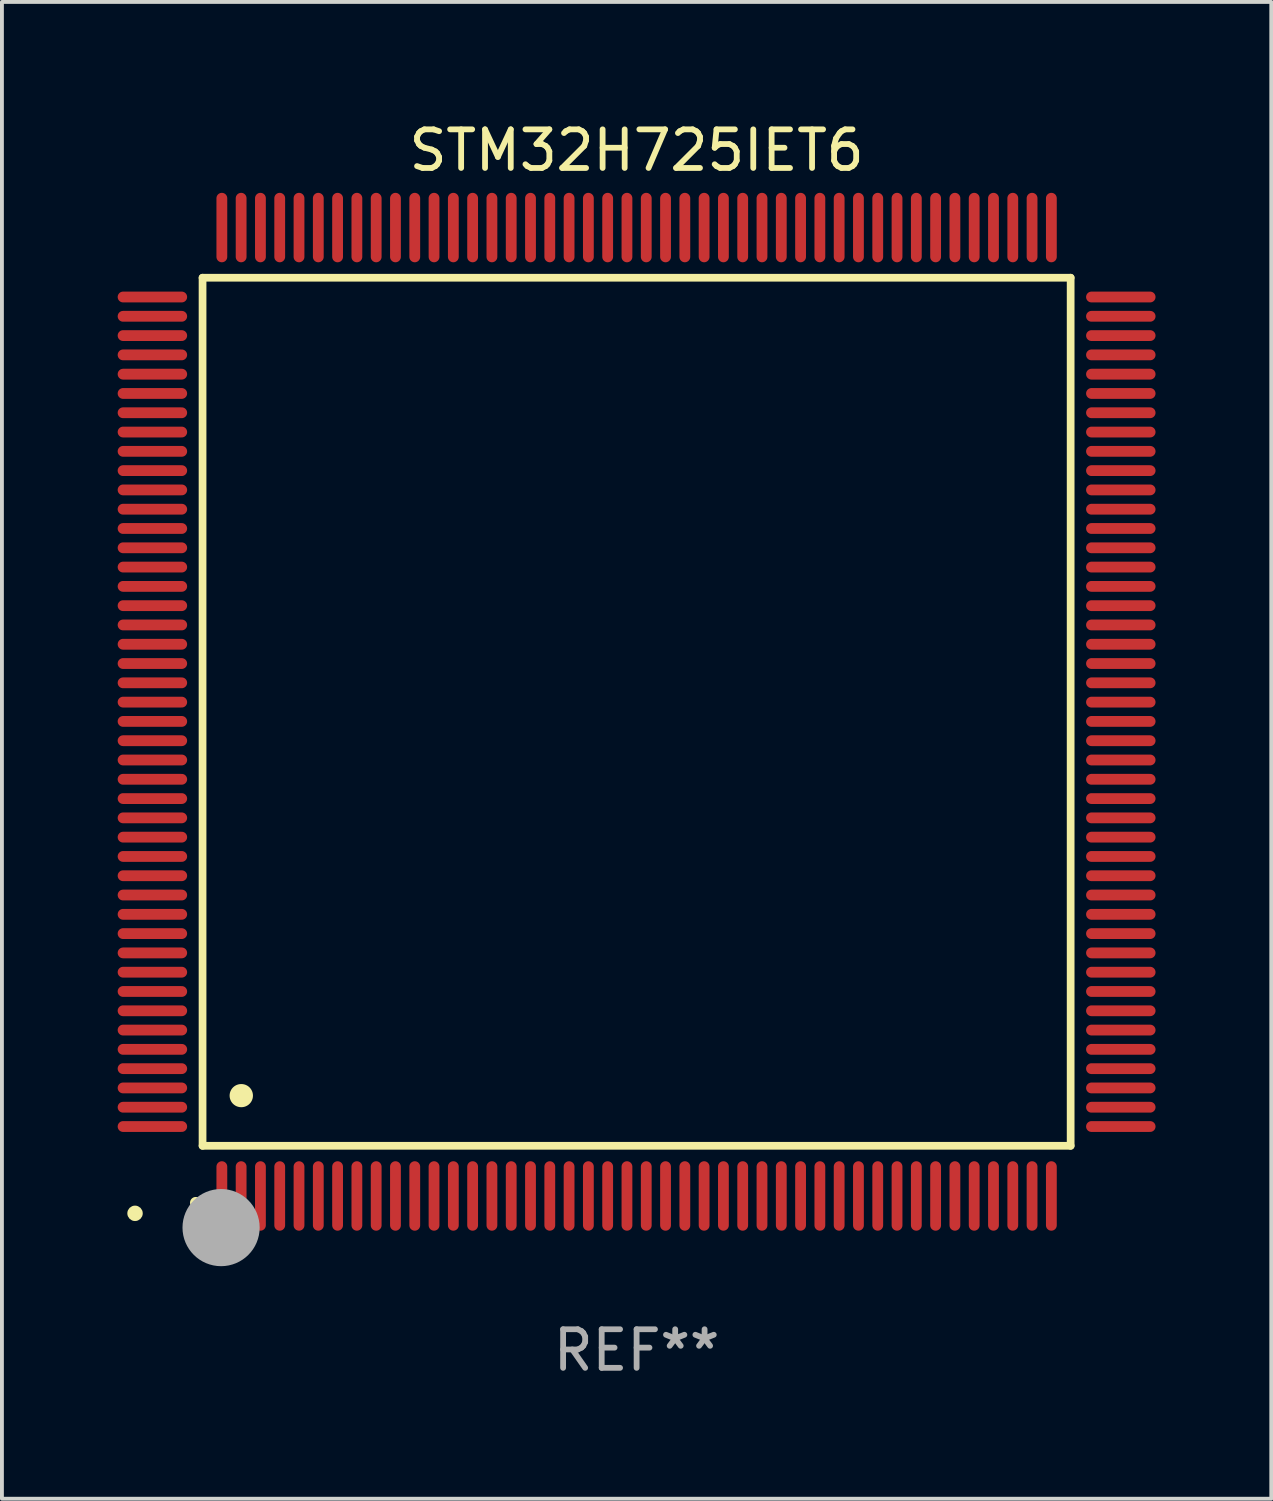
<source format=kicad_pcb>
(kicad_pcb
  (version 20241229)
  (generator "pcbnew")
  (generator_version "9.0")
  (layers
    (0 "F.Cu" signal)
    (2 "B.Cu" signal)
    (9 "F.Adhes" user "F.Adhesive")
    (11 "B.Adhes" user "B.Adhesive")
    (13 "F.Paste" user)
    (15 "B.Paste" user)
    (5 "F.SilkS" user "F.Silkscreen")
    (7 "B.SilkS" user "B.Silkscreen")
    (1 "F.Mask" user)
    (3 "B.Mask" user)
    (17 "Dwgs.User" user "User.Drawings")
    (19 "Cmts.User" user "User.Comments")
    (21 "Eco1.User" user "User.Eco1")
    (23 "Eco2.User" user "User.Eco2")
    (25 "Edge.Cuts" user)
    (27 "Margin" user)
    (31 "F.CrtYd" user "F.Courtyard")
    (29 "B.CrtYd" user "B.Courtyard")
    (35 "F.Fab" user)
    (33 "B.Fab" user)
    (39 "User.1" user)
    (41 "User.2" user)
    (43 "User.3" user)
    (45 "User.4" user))
  (footprint "STM32H725IET6"
    (layer "F.Cu")
    (at 13.45 15.398)
    (property "Reference" "STM32H725IET6" (at 0 -14.55 0) (layer "F.SilkS") (effects (font (size 1 1) (thickness 0.15))))
    (attr through_hole)
    (fp_line (start -11.25 -11.25) (end 11.25 -11.25) (stroke (width 0.2) (type solid)) (layer "F.SilkS"))
    (fp_line (start -11.25 11.25) (end -11.25 -11.25) (stroke (width 0.2) (type solid)) (layer "F.SilkS"))
    (fp_line (start 11.25 -11.25) (end 11.25 11.25) (stroke (width 0.2) (type solid)) (layer "F.SilkS"))
    (fp_line (start 11.25 11.25) (end -11.25 11.25) (stroke (width 0.2) (type solid)) (layer "F.SilkS"))
    (fp_arc (start -11.424943 12.725425) (mid -11.423673 12.72542) (end -11.422403 12.725425) (stroke (width 0.3) (type solid)) (layer "F.SilkS"))
    (fp_arc (start -10.24892 9.9492) (mid -10.24638 9.949189) (end -10.24384 9.9492) (stroke (width 0.6) (type solid)) (layer "F.SilkS"))
    (fp_circle (center -13 13) (end -12.9 13) (stroke (width 0.2) (type solid)) (fill no) (layer "F.SilkS"))
    (fp_circle (center -10.77 13.37) (end -10.27 13.37) (stroke (width 1) (type solid)) (fill no) (layer "F.Fab"))
    (fp_text user "REF**" (at 0 16.55 0) (layer "F.Fab") (effects (font (size 1 1) (thickness 0.15))))
    (pad "1" smd oval (at -10.75 12.55) (size 0.28 1.8) (layers "F.Cu" "F.Mask" "F.Paste"))
    (pad "2" smd oval (at -10.25 12.55) (size 0.28 1.8) (layers "F.Cu" "F.Mask" "F.Paste"))
    (pad "3" smd oval (at -9.75 12.55) (size 0.28 1.8) (layers "F.Cu" "F.Mask" "F.Paste"))
    (pad "4" smd oval (at -9.25 12.55) (size 0.28 1.8) (layers "F.Cu" "F.Mask" "F.Paste"))
    (pad "5" smd oval (at -8.75 12.55) (size 0.28 1.8) (layers "F.Cu" "F.Mask" "F.Paste"))
    (pad "6" smd oval (at -8.25 12.55) (size 0.28 1.8) (layers "F.Cu" "F.Mask" "F.Paste"))
    (pad "7" smd oval (at -7.75 12.55) (size 0.28 1.8) (layers "F.Cu" "F.Mask" "F.Paste"))
    (pad "8" smd oval (at -7.25 12.55) (size 0.28 1.8) (layers "F.Cu" "F.Mask" "F.Paste"))
    (pad "9" smd oval (at -6.75 12.55) (size 0.28 1.8) (layers "F.Cu" "F.Mask" "F.Paste"))
    (pad "10" smd oval (at -6.25 12.55) (size 0.28 1.8) (layers "F.Cu" "F.Mask" "F.Paste"))
    (pad "11" smd oval (at -5.75 12.55) (size 0.28 1.8) (layers "F.Cu" "F.Mask" "F.Paste"))
    (pad "12" smd oval (at -5.25 12.55) (size 0.28 1.8) (layers "F.Cu" "F.Mask" "F.Paste"))
    (pad "13" smd oval (at -4.75 12.55) (size 0.28 1.8) (layers "F.Cu" "F.Mask" "F.Paste"))
    (pad "14" smd oval (at -4.25 12.55) (size 0.28 1.8) (layers "F.Cu" "F.Mask" "F.Paste"))
    (pad "15" smd oval (at -3.75 12.55) (size 0.28 1.8) (layers "F.Cu" "F.Mask" "F.Paste"))
    (pad "16" smd oval (at -3.25 12.55) (size 0.28 1.8) (layers "F.Cu" "F.Mask" "F.Paste"))
    (pad "17" smd oval (at -2.75 12.55) (size 0.28 1.8) (layers "F.Cu" "F.Mask" "F.Paste"))
    (pad "18" smd oval (at -2.25 12.55) (size 0.28 1.8) (layers "F.Cu" "F.Mask" "F.Paste"))
    (pad "19" smd oval (at -1.75 12.55) (size 0.28 1.8) (layers "F.Cu" "F.Mask" "F.Paste"))
    (pad "20" smd oval (at -1.25 12.55) (size 0.28 1.8) (layers "F.Cu" "F.Mask" "F.Paste"))
    (pad "21" smd oval (at -0.75 12.55) (size 0.28 1.8) (layers "F.Cu" "F.Mask" "F.Paste"))
    (pad "22" smd oval (at -0.25 12.55) (size 0.28 1.8) (layers "F.Cu" "F.Mask" "F.Paste"))
    (pad "23" smd oval (at 0.25 12.55) (size 0.28 1.8) (layers "F.Cu" "F.Mask" "F.Paste"))
    (pad "24" smd oval (at 0.75 12.55) (size 0.28 1.8) (layers "F.Cu" "F.Mask" "F.Paste"))
    (pad "25" smd oval (at 1.25 12.55) (size 0.28 1.8) (layers "F.Cu" "F.Mask" "F.Paste"))
    (pad "26" smd oval (at 1.75 12.55) (size 0.28 1.8) (layers "F.Cu" "F.Mask" "F.Paste"))
    (pad "27" smd oval (at 2.25 12.55) (size 0.28 1.8) (layers "F.Cu" "F.Mask" "F.Paste"))
    (pad "28" smd oval (at 2.75 12.55) (size 0.28 1.8) (layers "F.Cu" "F.Mask" "F.Paste"))
    (pad "29" smd oval (at 3.25 12.55) (size 0.28 1.8) (layers "F.Cu" "F.Mask" "F.Paste"))
    (pad "30" smd oval (at 3.75 12.55) (size 0.28 1.8) (layers "F.Cu" "F.Mask" "F.Paste"))
    (pad "31" smd oval (at 4.25 12.55) (size 0.28 1.8) (layers "F.Cu" "F.Mask" "F.Paste"))
    (pad "32" smd oval (at 4.75 12.55) (size 0.28 1.8) (layers "F.Cu" "F.Mask" "F.Paste"))
    (pad "33" smd oval (at 5.25 12.55) (size 0.28 1.8) (layers "F.Cu" "F.Mask" "F.Paste"))
    (pad "34" smd oval (at 5.75 12.55) (size 0.28 1.8) (layers "F.Cu" "F.Mask" "F.Paste"))
    (pad "35" smd oval (at 6.25 12.55) (size 0.28 1.8) (layers "F.Cu" "F.Mask" "F.Paste"))
    (pad "36" smd oval (at 6.75 12.55) (size 0.28 1.8) (layers "F.Cu" "F.Mask" "F.Paste"))
    (pad "37" smd oval (at 7.25 12.55) (size 0.28 1.8) (layers "F.Cu" "F.Mask" "F.Paste"))
    (pad "38" smd oval (at 7.75 12.55) (size 0.28 1.8) (layers "F.Cu" "F.Mask" "F.Paste"))
    (pad "39" smd oval (at 8.25 12.55) (size 0.28 1.8) (layers "F.Cu" "F.Mask" "F.Paste"))
    (pad "40" smd oval (at 8.75 12.55) (size 0.28 1.8) (layers "F.Cu" "F.Mask" "F.Paste"))
    (pad "41" smd oval (at 9.25 12.55) (size 0.28 1.8) (layers "F.Cu" "F.Mask" "F.Paste"))
    (pad "42" smd oval (at 9.75 12.55) (size 0.28 1.8) (layers "F.Cu" "F.Mask" "F.Paste"))
    (pad "43" smd oval (at 10.25 12.55) (size 0.28 1.8) (layers "F.Cu" "F.Mask" "F.Paste"))
    (pad "44" smd oval (at 10.75 12.55) (size 0.28 1.8) (layers "F.Cu" "F.Mask" "F.Paste"))
    (pad "45" smd oval (at 12.55 10.75) (size 1.8 0.28) (layers "F.Cu" "F.Mask" "F.Paste"))
    (pad "46" smd oval (at 12.55 10.25) (size 1.8 0.28) (layers "F.Cu" "F.Mask" "F.Paste"))
    (pad "47" smd oval (at 12.55 9.75) (size 1.8 0.28) (layers "F.Cu" "F.Mask" "F.Paste"))
    (pad "48" smd oval (at 12.55 9.25) (size 1.8 0.28) (layers "F.Cu" "F.Mask" "F.Paste"))
    (pad "49" smd oval (at 12.55 8.75) (size 1.8 0.28) (layers "F.Cu" "F.Mask" "F.Paste"))
    (pad "50" smd oval (at 12.55 8.25) (size 1.8 0.28) (layers "F.Cu" "F.Mask" "F.Paste"))
    (pad "51" smd oval (at 12.55 7.75) (size 1.8 0.28) (layers "F.Cu" "F.Mask" "F.Paste"))
    (pad "52" smd oval (at 12.55 7.25) (size 1.8 0.28) (layers "F.Cu" "F.Mask" "F.Paste"))
    (pad "53" smd oval (at 12.55 6.75) (size 1.8 0.28) (layers "F.Cu" "F.Mask" "F.Paste"))
    (pad "54" smd oval (at 12.55 6.25) (size 1.8 0.28) (layers "F.Cu" "F.Mask" "F.Paste"))
    (pad "55" smd oval (at 12.55 5.75) (size 1.8 0.28) (layers "F.Cu" "F.Mask" "F.Paste"))
    (pad "56" smd oval (at 12.55 5.25) (size 1.8 0.28) (layers "F.Cu" "F.Mask" "F.Paste"))
    (pad "57" smd oval (at 12.55 4.75) (size 1.8 0.28) (layers "F.Cu" "F.Mask" "F.Paste"))
    (pad "58" smd oval (at 12.55 4.25) (size 1.8 0.28) (layers "F.Cu" "F.Mask" "F.Paste"))
    (pad "59" smd oval (at 12.55 3.75) (size 1.8 0.28) (layers "F.Cu" "F.Mask" "F.Paste"))
    (pad "60" smd oval (at 12.55 3.25) (size 1.8 0.28) (layers "F.Cu" "F.Mask" "F.Paste"))
    (pad "61" smd oval (at 12.55 2.75) (size 1.8 0.28) (layers "F.Cu" "F.Mask" "F.Paste"))
    (pad "62" smd oval (at 12.55 2.25) (size 1.8 0.28) (layers "F.Cu" "F.Mask" "F.Paste"))
    (pad "63" smd oval (at 12.55 1.75) (size 1.8 0.28) (layers "F.Cu" "F.Mask" "F.Paste"))
    (pad "64" smd oval (at 12.55 1.25) (size 1.8 0.28) (layers "F.Cu" "F.Mask" "F.Paste"))
    (pad "65" smd oval (at 12.55 0.75) (size 1.8 0.28) (layers "F.Cu" "F.Mask" "F.Paste"))
    (pad "66" smd oval (at 12.55 0.25) (size 1.8 0.28) (layers "F.Cu" "F.Mask" "F.Paste"))
    (pad "67" smd oval (at 12.55 -0.25) (size 1.8 0.28) (layers "F.Cu" "F.Mask" "F.Paste"))
    (pad "68" smd oval (at 12.55 -0.75) (size 1.8 0.28) (layers "F.Cu" "F.Mask" "F.Paste"))
    (pad "69" smd oval (at 12.55 -1.25) (size 1.8 0.28) (layers "F.Cu" "F.Mask" "F.Paste"))
    (pad "70" smd oval (at 12.55 -1.75) (size 1.8 0.28) (layers "F.Cu" "F.Mask" "F.Paste"))
    (pad "71" smd oval (at 12.55 -2.25) (size 1.8 0.28) (layers "F.Cu" "F.Mask" "F.Paste"))
    (pad "72" smd oval (at 12.55 -2.75) (size 1.8 0.28) (layers "F.Cu" "F.Mask" "F.Paste"))
    (pad "73" smd oval (at 12.55 -3.25) (size 1.8 0.28) (layers "F.Cu" "F.Mask" "F.Paste"))
    (pad "74" smd oval (at 12.55 -3.75) (size 1.8 0.28) (layers "F.Cu" "F.Mask" "F.Paste"))
    (pad "75" smd oval (at 12.55 -4.25) (size 1.8 0.28) (layers "F.Cu" "F.Mask" "F.Paste"))
    (pad "76" smd oval (at 12.55 -4.75) (size 1.8 0.28) (layers "F.Cu" "F.Mask" "F.Paste"))
    (pad "77" smd oval (at 12.55 -5.25) (size 1.8 0.28) (layers "F.Cu" "F.Mask" "F.Paste"))
    (pad "78" smd oval (at 12.55 -5.75) (size 1.8 0.28) (layers "F.Cu" "F.Mask" "F.Paste"))
    (pad "79" smd oval (at 12.55 -6.25) (size 1.8 0.28) (layers "F.Cu" "F.Mask" "F.Paste"))
    (pad "80" smd oval (at 12.55 -6.75) (size 1.8 0.28) (layers "F.Cu" "F.Mask" "F.Paste"))
    (pad "81" smd oval (at 12.55 -7.25) (size 1.8 0.28) (layers "F.Cu" "F.Mask" "F.Paste"))
    (pad "82" smd oval (at 12.55 -7.75) (size 1.8 0.28) (layers "F.Cu" "F.Mask" "F.Paste"))
    (pad "83" smd oval (at 12.55 -8.25) (size 1.8 0.28) (layers "F.Cu" "F.Mask" "F.Paste"))
    (pad "84" smd oval (at 12.55 -8.75) (size 1.8 0.28) (layers "F.Cu" "F.Mask" "F.Paste"))
    (pad "85" smd oval (at 12.55 -9.25) (size 1.8 0.28) (layers "F.Cu" "F.Mask" "F.Paste"))
    (pad "86" smd oval (at 12.55 -9.75) (size 1.8 0.28) (layers "F.Cu" "F.Mask" "F.Paste"))
    (pad "87" smd oval (at 12.55 -10.25) (size 1.8 0.28) (layers "F.Cu" "F.Mask" "F.Paste"))
    (pad "88" smd oval (at 12.55 -10.75) (size 1.8 0.28) (layers "F.Cu" "F.Mask" "F.Paste"))
    (pad "89" smd oval (at 10.75 -12.55) (size 0.28 1.8) (layers "F.Cu" "F.Mask" "F.Paste"))
    (pad "90" smd oval (at 10.25 -12.55) (size 0.28 1.8) (layers "F.Cu" "F.Mask" "F.Paste"))
    (pad "91" smd oval (at 9.75 -12.55) (size 0.28 1.8) (layers "F.Cu" "F.Mask" "F.Paste"))
    (pad "92" smd oval (at 9.25 -12.55) (size 0.28 1.8) (layers "F.Cu" "F.Mask" "F.Paste"))
    (pad "93" smd oval (at 8.75 -12.55) (size 0.28 1.8) (layers "F.Cu" "F.Mask" "F.Paste"))
    (pad "94" smd oval (at 8.25 -12.55) (size 0.28 1.8) (layers "F.Cu" "F.Mask" "F.Paste"))
    (pad "95" smd oval (at 7.75 -12.55) (size 0.28 1.8) (layers "F.Cu" "F.Mask" "F.Paste"))
    (pad "96" smd oval (at 7.25 -12.55) (size 0.28 1.8) (layers "F.Cu" "F.Mask" "F.Paste"))
    (pad "97" smd oval (at 6.75 -12.55) (size 0.28 1.8) (layers "F.Cu" "F.Mask" "F.Paste"))
    (pad "98" smd oval (at 6.25 -12.55) (size 0.28 1.8) (layers "F.Cu" "F.Mask" "F.Paste"))
    (pad "99" smd oval (at 5.75 -12.55) (size 0.28 1.8) (layers "F.Cu" "F.Mask" "F.Paste"))
    (pad "100" smd oval (at 5.25 -12.55) (size 0.28 1.8) (layers "F.Cu" "F.Mask" "F.Paste"))
    (pad "101" smd oval (at 4.75 -12.55) (size 0.28 1.8) (layers "F.Cu" "F.Mask" "F.Paste"))
    (pad "102" smd oval (at 4.25 -12.55) (size 0.28 1.8) (layers "F.Cu" "F.Mask" "F.Paste"))
    (pad "103" smd oval (at 3.75 -12.55) (size 0.28 1.8) (layers "F.Cu" "F.Mask" "F.Paste"))
    (pad "104" smd oval (at 3.25 -12.55) (size 0.28 1.8) (layers "F.Cu" "F.Mask" "F.Paste"))
    (pad "105" smd oval (at 2.75 -12.55) (size 0.28 1.8) (layers "F.Cu" "F.Mask" "F.Paste"))
    (pad "106" smd oval (at 2.25 -12.55) (size 0.28 1.8) (layers "F.Cu" "F.Mask" "F.Paste"))
    (pad "107" smd oval (at 1.75 -12.55) (size 0.28 1.8) (layers "F.Cu" "F.Mask" "F.Paste"))
    (pad "108" smd oval (at 1.25 -12.55) (size 0.28 1.8) (layers "F.Cu" "F.Mask" "F.Paste"))
    (pad "109" smd oval (at 0.75 -12.55) (size 0.28 1.8) (layers "F.Cu" "F.Mask" "F.Paste"))
    (pad "110" smd oval (at 0.25 -12.55) (size 0.28 1.8) (layers "F.Cu" "F.Mask" "F.Paste"))
    (pad "111" smd oval (at -0.25 -12.55) (size 0.28 1.8) (layers "F.Cu" "F.Mask" "F.Paste"))
    (pad "112" smd oval (at -0.75 -12.55) (size 0.28 1.8) (layers "F.Cu" "F.Mask" "F.Paste"))
    (pad "113" smd oval (at -1.25 -12.55) (size 0.28 1.8) (layers "F.Cu" "F.Mask" "F.Paste"))
    (pad "114" smd oval (at -1.75 -12.55) (size 0.28 1.8) (layers "F.Cu" "F.Mask" "F.Paste"))
    (pad "115" smd oval (at -2.25 -12.55) (size 0.28 1.8) (layers "F.Cu" "F.Mask" "F.Paste"))
    (pad "116" smd oval (at -2.75 -12.55) (size 0.28 1.8) (layers "F.Cu" "F.Mask" "F.Paste"))
    (pad "117" smd oval (at -3.25 -12.55) (size 0.28 1.8) (layers "F.Cu" "F.Mask" "F.Paste"))
    (pad "118" smd oval (at -3.75 -12.55) (size 0.28 1.8) (layers "F.Cu" "F.Mask" "F.Paste"))
    (pad "119" smd oval (at -4.25 -12.55) (size 0.28 1.8) (layers "F.Cu" "F.Mask" "F.Paste"))
    (pad "120" smd oval (at -4.75 -12.55) (size 0.28 1.8) (layers "F.Cu" "F.Mask" "F.Paste"))
    (pad "121" smd oval (at -5.25 -12.55) (size 0.28 1.8) (layers "F.Cu" "F.Mask" "F.Paste"))
    (pad "122" smd oval (at -5.75 -12.55) (size 0.28 1.8) (layers "F.Cu" "F.Mask" "F.Paste"))
    (pad "123" smd oval (at -6.25 -12.55) (size 0.28 1.8) (layers "F.Cu" "F.Mask" "F.Paste"))
    (pad "124" smd oval (at -6.75 -12.55) (size 0.28 1.8) (layers "F.Cu" "F.Mask" "F.Paste"))
    (pad "125" smd oval (at -7.25 -12.55) (size 0.28 1.8) (layers "F.Cu" "F.Mask" "F.Paste"))
    (pad "126" smd oval (at -7.75 -12.55) (size 0.28 1.8) (layers "F.Cu" "F.Mask" "F.Paste"))
    (pad "127" smd oval (at -8.25 -12.55) (size 0.28 1.8) (layers "F.Cu" "F.Mask" "F.Paste"))
    (pad "128" smd oval (at -8.75 -12.55) (size 0.28 1.8) (layers "F.Cu" "F.Mask" "F.Paste"))
    (pad "129" smd oval (at -9.25 -12.55) (size 0.28 1.8) (layers "F.Cu" "F.Mask" "F.Paste"))
    (pad "130" smd oval (at -9.75 -12.55) (size 0.28 1.8) (layers "F.Cu" "F.Mask" "F.Paste"))
    (pad "131" smd oval (at -10.25 -12.55) (size 0.28 1.8) (layers "F.Cu" "F.Mask" "F.Paste"))
    (pad "132" smd oval (at -10.75 -12.55) (size 0.28 1.8) (layers "F.Cu" "F.Mask" "F.Paste"))
    (pad "133" smd oval (at -12.55 -10.75) (size 1.8 0.28) (layers "F.Cu" "F.Mask" "F.Paste"))
    (pad "134" smd oval (at -12.55 -10.25) (size 1.8 0.28) (layers "F.Cu" "F.Mask" "F.Paste"))
    (pad "135" smd oval (at -12.55 -9.75) (size 1.8 0.28) (layers "F.Cu" "F.Mask" "F.Paste"))
    (pad "136" smd oval (at -12.55 -9.25) (size 1.8 0.28) (layers "F.Cu" "F.Mask" "F.Paste"))
    (pad "137" smd oval (at -12.55 -8.75) (size 1.8 0.28) (layers "F.Cu" "F.Mask" "F.Paste"))
    (pad "138" smd oval (at -12.55 -8.25) (size 1.8 0.28) (layers "F.Cu" "F.Mask" "F.Paste"))
    (pad "139" smd oval (at -12.55 -7.75) (size 1.8 0.28) (layers "F.Cu" "F.Mask" "F.Paste"))
    (pad "140" smd oval (at -12.55 -7.25) (size 1.8 0.28) (layers "F.Cu" "F.Mask" "F.Paste"))
    (pad "141" smd oval (at -12.55 -6.75) (size 1.8 0.28) (layers "F.Cu" "F.Mask" "F.Paste"))
    (pad "142" smd oval (at -12.55 -6.25) (size 1.8 0.28) (layers "F.Cu" "F.Mask" "F.Paste"))
    (pad "143" smd oval (at -12.55 -5.75) (size 1.8 0.28) (layers "F.Cu" "F.Mask" "F.Paste"))
    (pad "144" smd oval (at -12.55 -5.25) (size 1.8 0.28) (layers "F.Cu" "F.Mask" "F.Paste"))
    (pad "145" smd oval (at -12.55 -4.75) (size 1.8 0.28) (layers "F.Cu" "F.Mask" "F.Paste"))
    (pad "146" smd oval (at -12.55 -4.25) (size 1.8 0.28) (layers "F.Cu" "F.Mask" "F.Paste"))
    (pad "147" smd oval (at -12.55 -3.75) (size 1.8 0.28) (layers "F.Cu" "F.Mask" "F.Paste"))
    (pad "148" smd oval (at -12.55 -3.25) (size 1.8 0.28) (layers "F.Cu" "F.Mask" "F.Paste"))
    (pad "149" smd oval (at -12.55 -2.75) (size 1.8 0.28) (layers "F.Cu" "F.Mask" "F.Paste"))
    (pad "150" smd oval (at -12.55 -2.25) (size 1.8 0.28) (layers "F.Cu" "F.Mask" "F.Paste"))
    (pad "151" smd oval (at -12.55 -1.75) (size 1.8 0.28) (layers "F.Cu" "F.Mask" "F.Paste"))
    (pad "152" smd oval (at -12.55 -1.25) (size 1.8 0.28) (layers "F.Cu" "F.Mask" "F.Paste"))
    (pad "153" smd oval (at -12.55 -0.75) (size 1.8 0.28) (layers "F.Cu" "F.Mask" "F.Paste"))
    (pad "154" smd oval (at -12.55 -0.25) (size 1.8 0.28) (layers "F.Cu" "F.Mask" "F.Paste"))
    (pad "155" smd oval (at -12.55 0.25) (size 1.8 0.28) (layers "F.Cu" "F.Mask" "F.Paste"))
    (pad "156" smd oval (at -12.55 0.75) (size 1.8 0.28) (layers "F.Cu" "F.Mask" "F.Paste"))
    (pad "157" smd oval (at -12.55 1.25) (size 1.8 0.28) (layers "F.Cu" "F.Mask" "F.Paste"))
    (pad "158" smd oval (at -12.55 1.75) (size 1.8 0.28) (layers "F.Cu" "F.Mask" "F.Paste"))
    (pad "159" smd oval (at -12.55 2.25) (size 1.8 0.28) (layers "F.Cu" "F.Mask" "F.Paste"))
    (pad "160" smd oval (at -12.55 2.75) (size 1.8 0.28) (layers "F.Cu" "F.Mask" "F.Paste"))
    (pad "161" smd oval (at -12.55 3.25) (size 1.8 0.28) (layers "F.Cu" "F.Mask" "F.Paste"))
    (pad "162" smd oval (at -12.55 3.75) (size 1.8 0.28) (layers "F.Cu" "F.Mask" "F.Paste"))
    (pad "163" smd oval (at -12.55 4.25) (size 1.8 0.28) (layers "F.Cu" "F.Mask" "F.Paste"))
    (pad "164" smd oval (at -12.55 4.75) (size 1.8 0.28) (layers "F.Cu" "F.Mask" "F.Paste"))
    (pad "165" smd oval (at -12.55 5.25) (size 1.8 0.28) (layers "F.Cu" "F.Mask" "F.Paste"))
    (pad "166" smd oval (at -12.55 5.75) (size 1.8 0.28) (layers "F.Cu" "F.Mask" "F.Paste"))
    (pad "167" smd oval (at -12.55 6.25) (size 1.8 0.28) (layers "F.Cu" "F.Mask" "F.Paste"))
    (pad "168" smd oval (at -12.55 6.75) (size 1.8 0.28) (layers "F.Cu" "F.Mask" "F.Paste"))
    (pad "169" smd oval (at -12.55 7.25) (size 1.8 0.28) (layers "F.Cu" "F.Mask" "F.Paste"))
    (pad "170" smd oval (at -12.55 7.75) (size 1.8 0.28) (layers "F.Cu" "F.Mask" "F.Paste"))
    (pad "171" smd oval (at -12.55 8.25) (size 1.8 0.28) (layers "F.Cu" "F.Mask" "F.Paste"))
    (pad "172" smd oval (at -12.55 8.75) (size 1.8 0.28) (layers "F.Cu" "F.Mask" "F.Paste"))
    (pad "173" smd oval (at -12.55 9.25) (size 1.8 0.28) (layers "F.Cu" "F.Mask" "F.Paste"))
    (pad "174" smd oval (at -12.55 9.75) (size 1.8 0.28) (layers "F.Cu" "F.Mask" "F.Paste"))
    (pad "175" smd oval (at -12.55 10.25) (size 1.8 0.28) (layers "F.Cu" "F.Mask" "F.Paste"))
    (pad "176" smd oval (at -12.55 10.75) (size 1.8 0.28) (layers "F.Cu" "F.Mask" "F.Paste")))
  (gr_rect
    (start -3 -3)
    (end 29.9 35.796)
    (stroke (width 0.1) (type default))
    (fill no)
    (layer "Edge.Cuts")))
</source>
